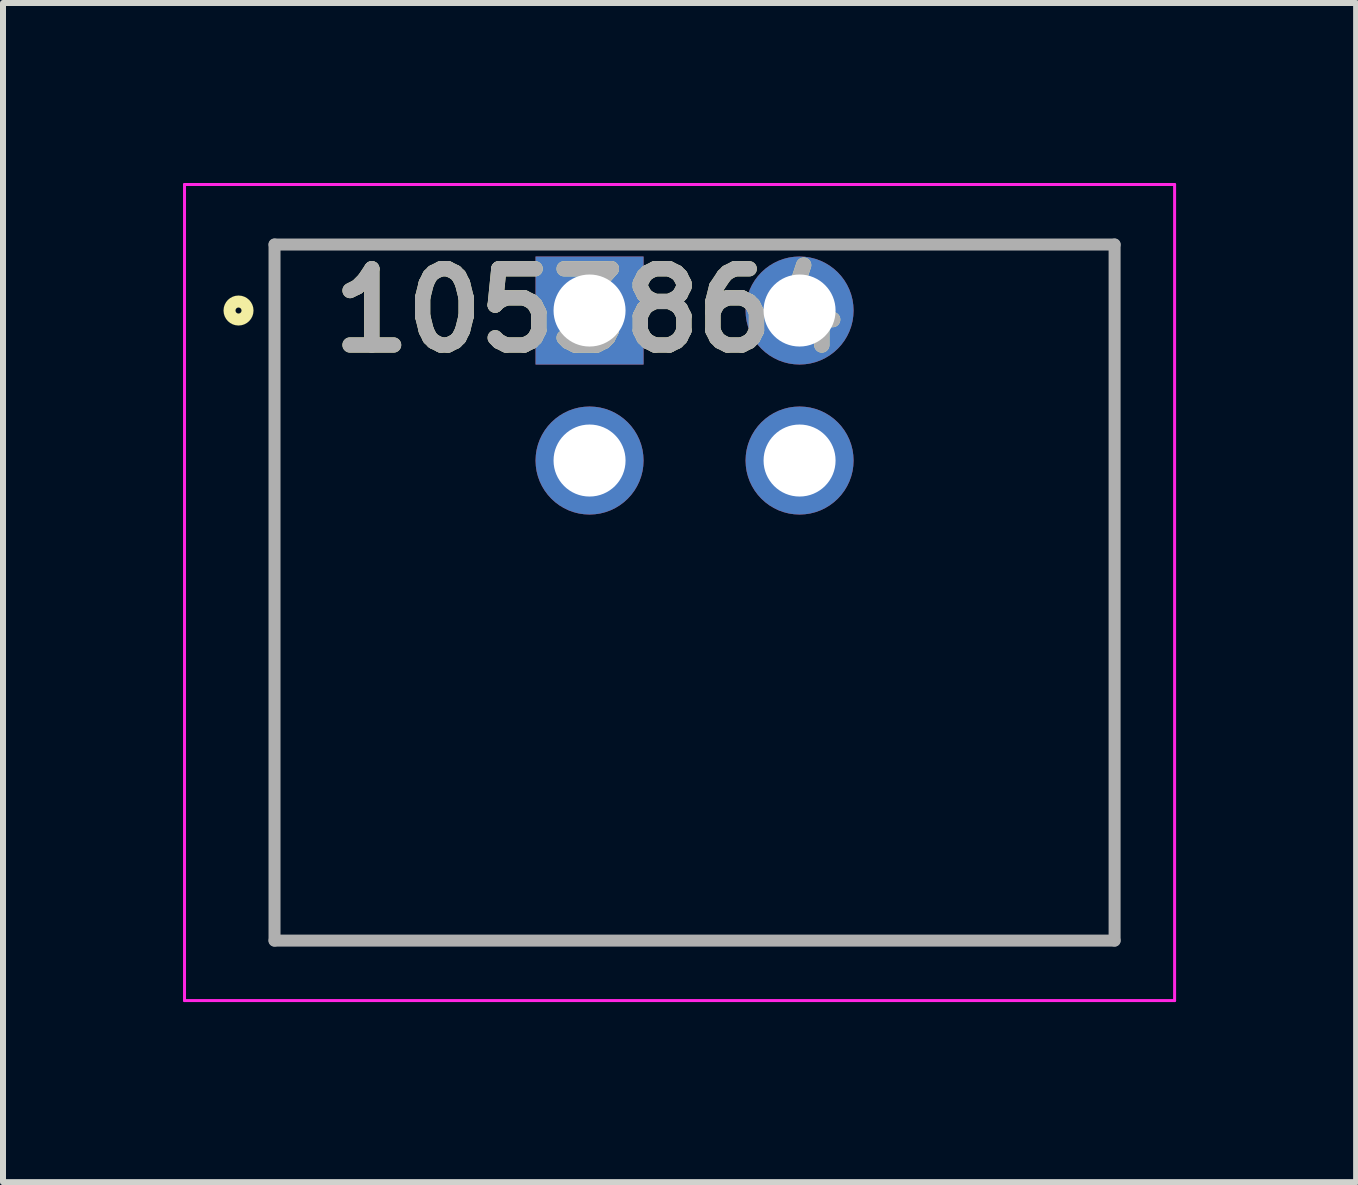
<source format=kicad_pcb>
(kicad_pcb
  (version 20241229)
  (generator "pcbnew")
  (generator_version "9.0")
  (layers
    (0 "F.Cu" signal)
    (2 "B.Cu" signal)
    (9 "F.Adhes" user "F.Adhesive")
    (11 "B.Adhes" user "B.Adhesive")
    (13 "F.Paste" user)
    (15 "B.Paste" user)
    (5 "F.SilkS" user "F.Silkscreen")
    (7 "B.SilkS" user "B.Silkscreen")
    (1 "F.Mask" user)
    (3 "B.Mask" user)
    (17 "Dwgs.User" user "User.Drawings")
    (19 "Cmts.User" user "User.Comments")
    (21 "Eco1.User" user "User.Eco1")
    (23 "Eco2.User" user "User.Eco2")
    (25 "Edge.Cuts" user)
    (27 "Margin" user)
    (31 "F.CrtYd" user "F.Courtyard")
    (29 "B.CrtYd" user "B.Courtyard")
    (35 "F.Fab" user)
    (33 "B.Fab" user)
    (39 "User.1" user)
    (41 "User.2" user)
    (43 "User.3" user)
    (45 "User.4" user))
  (footprint "1053864"
    (layer "F.Cu")
    (at 6.775 2.125)
    (property "Reference" "1053864" (at 0 0 0) (layer "F.SilkS") (effects (font (size 1.27 1.27) (thickness 0.254))))
    (attr through_hole)
    (fp_line (start -5.25 10.5) (end -5.25 -1.1) (stroke (width 0.1) (type solid)) (layer "F.SilkS"))
    (fp_line (start 8.75 -1.1) (end 8.75 10.5) (stroke (width 0.1) (type solid)) (layer "F.SilkS"))
    (fp_line (start 8.75 10.5) (end -5.25 10.5) (stroke (width 0.1) (type solid)) (layer "F.SilkS"))
    (fp_circle (center -5.85 0) (end -5.85 0.05) (stroke (width 0.2) (type solid)) (fill no) (layer "F.SilkS"))
    (fp_line (start -6.75 -2.1) (end 9.75 -2.1) (stroke (width 0.05) (type solid)) (layer "F.CrtYd"))
    (fp_line (start -6.75 11.5) (end -6.75 -2.1) (stroke (width 0.05) (type solid)) (layer "F.CrtYd"))
    (fp_line (start 9.75 -2.1) (end 9.75 11.5) (stroke (width 0.05) (type solid)) (layer "F.CrtYd"))
    (fp_line (start 9.75 11.5) (end -6.75 11.5) (stroke (width 0.05) (type solid)) (layer "F.CrtYd"))
    (fp_line (start -5.25 -1.1) (end 8.75 -1.1) (stroke (width 0.2) (type solid)) (layer "F.Fab"))
    (fp_line (start -5.25 10.5) (end -5.25 -1.1) (stroke (width 0.2) (type solid)) (layer "F.Fab"))
    (fp_line (start 8.75 -1.1) (end 8.75 10.5) (stroke (width 0.2) (type solid)) (layer "F.Fab"))
    (fp_line (start 8.75 10.5) (end -5.25 10.5) (stroke (width 0.2) (type solid)) (layer "F.Fab"))
    (fp_text user "${REFERENCE}" (at 0 0 0) (layer "F.Fab") (effects (font (size 1.27 1.27) (thickness 0.254))))
    (pad "1" thru_hole rect (at 0 0) (size 1.8 1.8) (drill 1.2) (layers "*.Cu" "*.Mask"))
    (pad "2" thru_hole circle (at 3.5 0) (size 1.8 1.8) (drill 1.2) (layers "*.Cu" "*.Mask"))
    (pad "3" thru_hole circle (at 0 2.5) (size 1.8 1.8) (drill 1.2) (layers "*.Cu" "*.Mask"))
    (pad "4" thru_hole circle (at 3.5 2.5) (size 1.8 1.8) (drill 1.2) (layers "*.Cu" "*.Mask")))
  (gr_rect
    (start -3 -3)
    (end 19.55 16.65)
    (stroke (width 0.1) (type default))
    (fill no)
    (layer "Edge.Cuts")))
</source>
